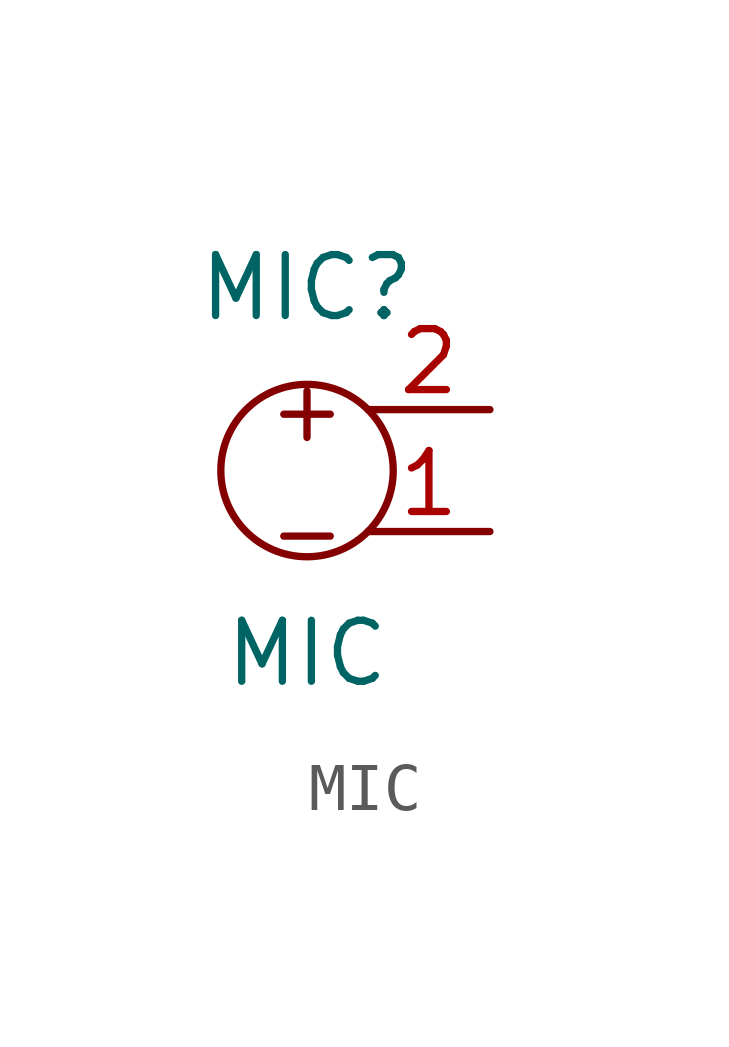
<source format=kicad_sym>
(kicad_symbol_lib
  (version 20220914)
  (generator kicad_symbol_editor)
  (symbol "MIC"
    (pin_names hide)
    (property "Reference" "MIC"
      (at 0 3.81 0)
      (effects (font (size 1.27 1.27))))
    (property "Value" "MIC"
      (at 0 -3.81 0)
      (effects (font (size 1.27 1.27))))
    (symbol "MIC_0_0"
      (text "+" (at 0 1.27 0) (effects (font (size 1.27 1.27))))
      (text "-" (at 0 -1.27 0) (effects (font (size 1.27 1.27)))))
    (symbol "MIC_0_1"
      (circle (center 0 0) (radius 1.796) (stroke (width 0) (type default)) (fill (type none))))
    (symbol "MIC_1_1"
      (pin passive line (at 3.81 -1.27 180) (length 2.54) (name "1" (effects (font (size 1.27 1.27)))) (number "1" (effects (font (size 1.27 1.27)))))
      (pin passive line (at 3.81 1.27 180) (length 2.54) (name "2" (effects (font (size 1.27 1.27)))) (number "2" (effects (font (size 1.27 1.27))))))))
</source>
